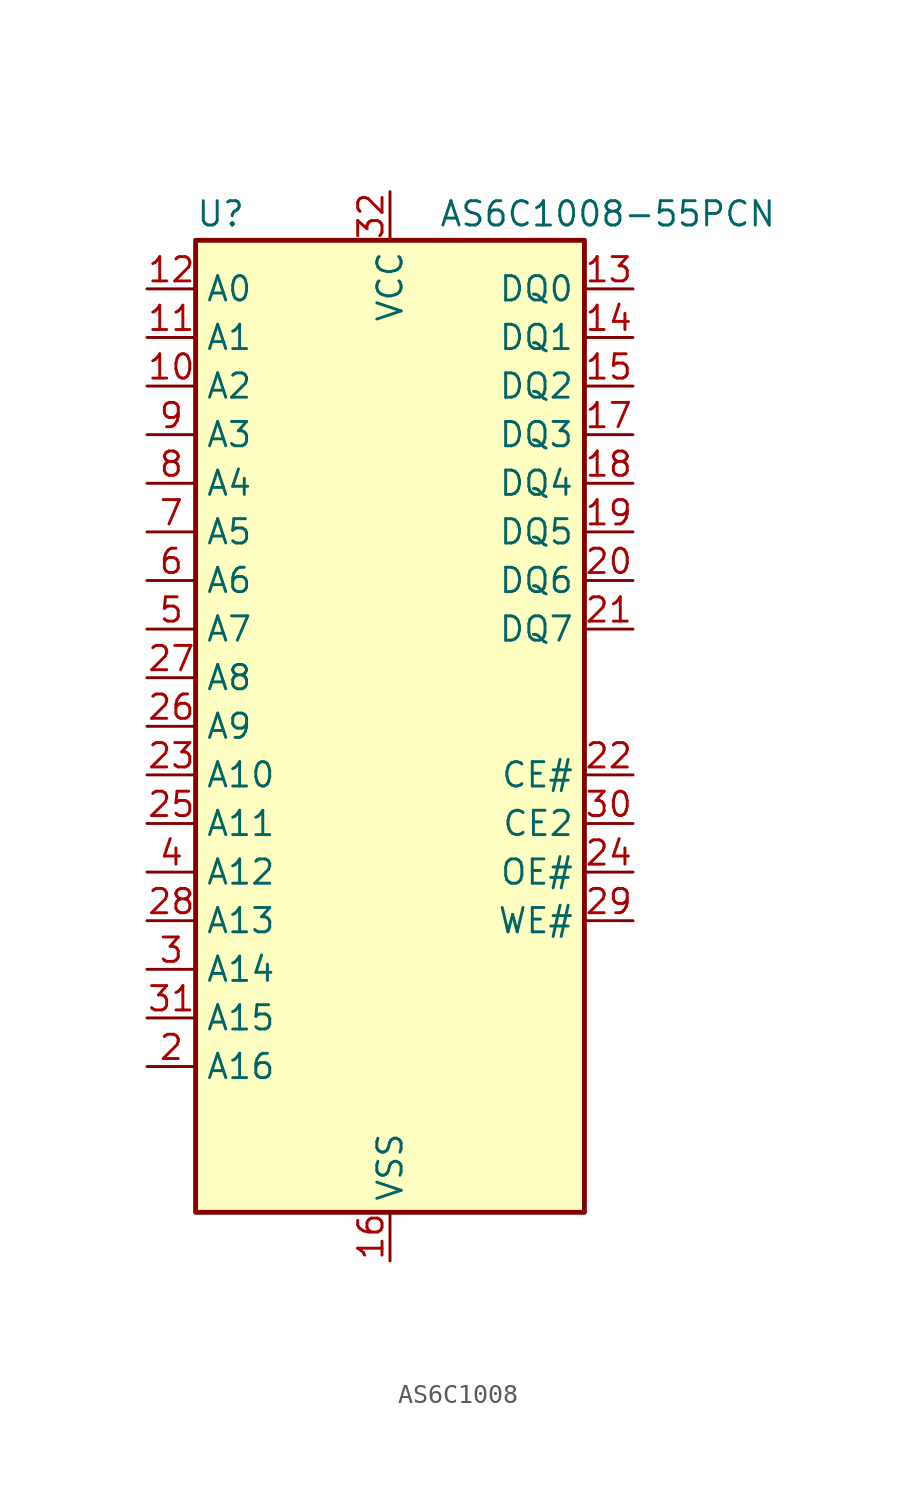
<source format=kicad_sym>
(kicad_symbol_lib
  (version 20220914)
  (generator kicad_symbol_editor)
  (symbol "AS6C1008"
    (property "Reference" "U"
      (at -10.16 26.035 0)
      (effects (font (size 1.27 1.27)) (justify left bottom)))
    (property "Value" "AS6C1008-55PCN"
      (at 2.54 26.035 0)
      (effects (font (size 1.27 1.27)) (justify left bottom)))
    (symbol "AS6C1008_0_0"
      (pin power_in line (at 0 -27.94 90) (length 2.54) (name "VSS" (effects (font (size 1.27 1.27)))) (number "16" (effects (font (size 1.27 1.27)))))
      (pin power_in line (at 0 27.94 270) (length 2.54) (name "VCC" (effects (font (size 1.27 1.27)))) (number "32" (effects (font (size 1.27 1.27))))))
    (symbol "AS6C1008_0_1"
      (rectangle (start -10.16 25.4) (end 10.16 -25.4) (stroke (width 0.254) (type default)) (fill (type background))))
    (symbol "AS6C1008_1_1"
      (pin input line (at -12.7 17.78 0) (length 2.54) (name "A2" (effects (font (size 1.27 1.27)))) (number "10" (effects (font (size 1.27 1.27)))))
      (pin input line (at -12.7 20.32 0) (length 2.54) (name "A1" (effects (font (size 1.27 1.27)))) (number "11" (effects (font (size 1.27 1.27)))))
      (pin input line (at -12.7 22.86 0) (length 2.54) (name "A0" (effects (font (size 1.27 1.27)))) (number "12" (effects (font (size 1.27 1.27)))))
      (pin tri_state line (at 12.7 22.86 180) (length 2.54) (name "DQ0" (effects (font (size 1.27 1.27)))) (number "13" (effects (font (size 1.27 1.27)))))
      (pin tri_state line (at 12.7 20.32 180) (length 2.54) (name "DQ1" (effects (font (size 1.27 1.27)))) (number "14" (effects (font (size 1.27 1.27)))))
      (pin tri_state line (at 12.7 17.78 180) (length 2.54) (name "DQ2" (effects (font (size 1.27 1.27)))) (number "15" (effects (font (size 1.27 1.27)))))
      (pin tri_state line (at 12.7 15.24 180) (length 2.54) (name "DQ3" (effects (font (size 1.27 1.27)))) (number "17" (effects (font (size 1.27 1.27)))))
      (pin tri_state line (at 12.7 12.7 180) (length 2.54) (name "DQ4" (effects (font (size 1.27 1.27)))) (number "18" (effects (font (size 1.27 1.27)))))
      (pin tri_state line (at 12.7 10.16 180) (length 2.54) (name "DQ5" (effects (font (size 1.27 1.27)))) (number "19" (effects (font (size 1.27 1.27)))))
      (pin input line (at -12.7 -17.78 0) (length 2.54) (name "A16" (effects (font (size 1.27 1.27)))) (number "2" (effects (font (size 1.27 1.27)))))
      (pin tri_state line (at 12.7 7.62 180) (length 2.54) (name "DQ6" (effects (font (size 1.27 1.27)))) (number "20" (effects (font (size 1.27 1.27)))))
      (pin tri_state line (at 12.7 5.08 180) (length 2.54) (name "DQ7" (effects (font (size 1.27 1.27)))) (number "21" (effects (font (size 1.27 1.27)))))
      (pin input line (at 12.7 -2.54 180) (length 2.54) (name "CE#" (effects (font (size 1.27 1.27)))) (number "22" (effects (font (size 1.27 1.27)))))
      (pin input line (at -12.7 -2.54 0) (length 2.54) (name "A10" (effects (font (size 1.27 1.27)))) (number "23" (effects (font (size 1.27 1.27)))))
      (pin input line (at 12.7 -7.62 180) (length 2.54) (name "OE#" (effects (font (size 1.27 1.27)))) (number "24" (effects (font (size 1.27 1.27)))))
      (pin input line (at -12.7 -5.08 0) (length 2.54) (name "A11" (effects (font (size 1.27 1.27)))) (number "25" (effects (font (size 1.27 1.27)))))
      (pin input line (at -12.7 0 0) (length 2.54) (name "A9" (effects (font (size 1.27 1.27)))) (number "26" (effects (font (size 1.27 1.27)))))
      (pin input line (at -12.7 2.54 0) (length 2.54) (name "A8" (effects (font (size 1.27 1.27)))) (number "27" (effects (font (size 1.27 1.27)))))
      (pin input line (at -12.7 -10.16 0) (length 2.54) (name "A13" (effects (font (size 1.27 1.27)))) (number "28" (effects (font (size 1.27 1.27)))))
      (pin input line (at 12.7 -10.16 180) (length 2.54) (name "WE#" (effects (font (size 1.27 1.27)))) (number "29" (effects (font (size 1.27 1.27)))))
      (pin input line (at -12.7 -12.7 0) (length 2.54) (name "A14" (effects (font (size 1.27 1.27)))) (number "3" (effects (font (size 1.27 1.27)))))
      (pin input line (at 12.7 -5.08 180) (length 2.54) (name "CE2" (effects (font (size 1.27 1.27)))) (number "30" (effects (font (size 1.27 1.27)))))
      (pin input line (at -12.7 -15.24 0) (length 2.54) (name "A15" (effects (font (size 1.27 1.27)))) (number "31" (effects (font (size 1.27 1.27)))))
      (pin input line (at -12.7 -7.62 0) (length 2.54) (name "A12" (effects (font (size 1.27 1.27)))) (number "4" (effects (font (size 1.27 1.27)))))
      (pin input line (at -12.7 5.08 0) (length 2.54) (name "A7" (effects (font (size 1.27 1.27)))) (number "5" (effects (font (size 1.27 1.27)))))
      (pin input line (at -12.7 7.62 0) (length 2.54) (name "A6" (effects (font (size 1.27 1.27)))) (number "6" (effects (font (size 1.27 1.27)))))
      (pin input line (at -12.7 10.16 0) (length 2.54) (name "A5" (effects (font (size 1.27 1.27)))) (number "7" (effects (font (size 1.27 1.27)))))
      (pin input line (at -12.7 12.7 0) (length 2.54) (name "A4" (effects (font (size 1.27 1.27)))) (number "8" (effects (font (size 1.27 1.27)))))
      (pin input line (at -12.7 15.24 0) (length 2.54) (name "A3" (effects (font (size 1.27 1.27)))) (number "9" (effects (font (size 1.27 1.27))))))))
</source>
